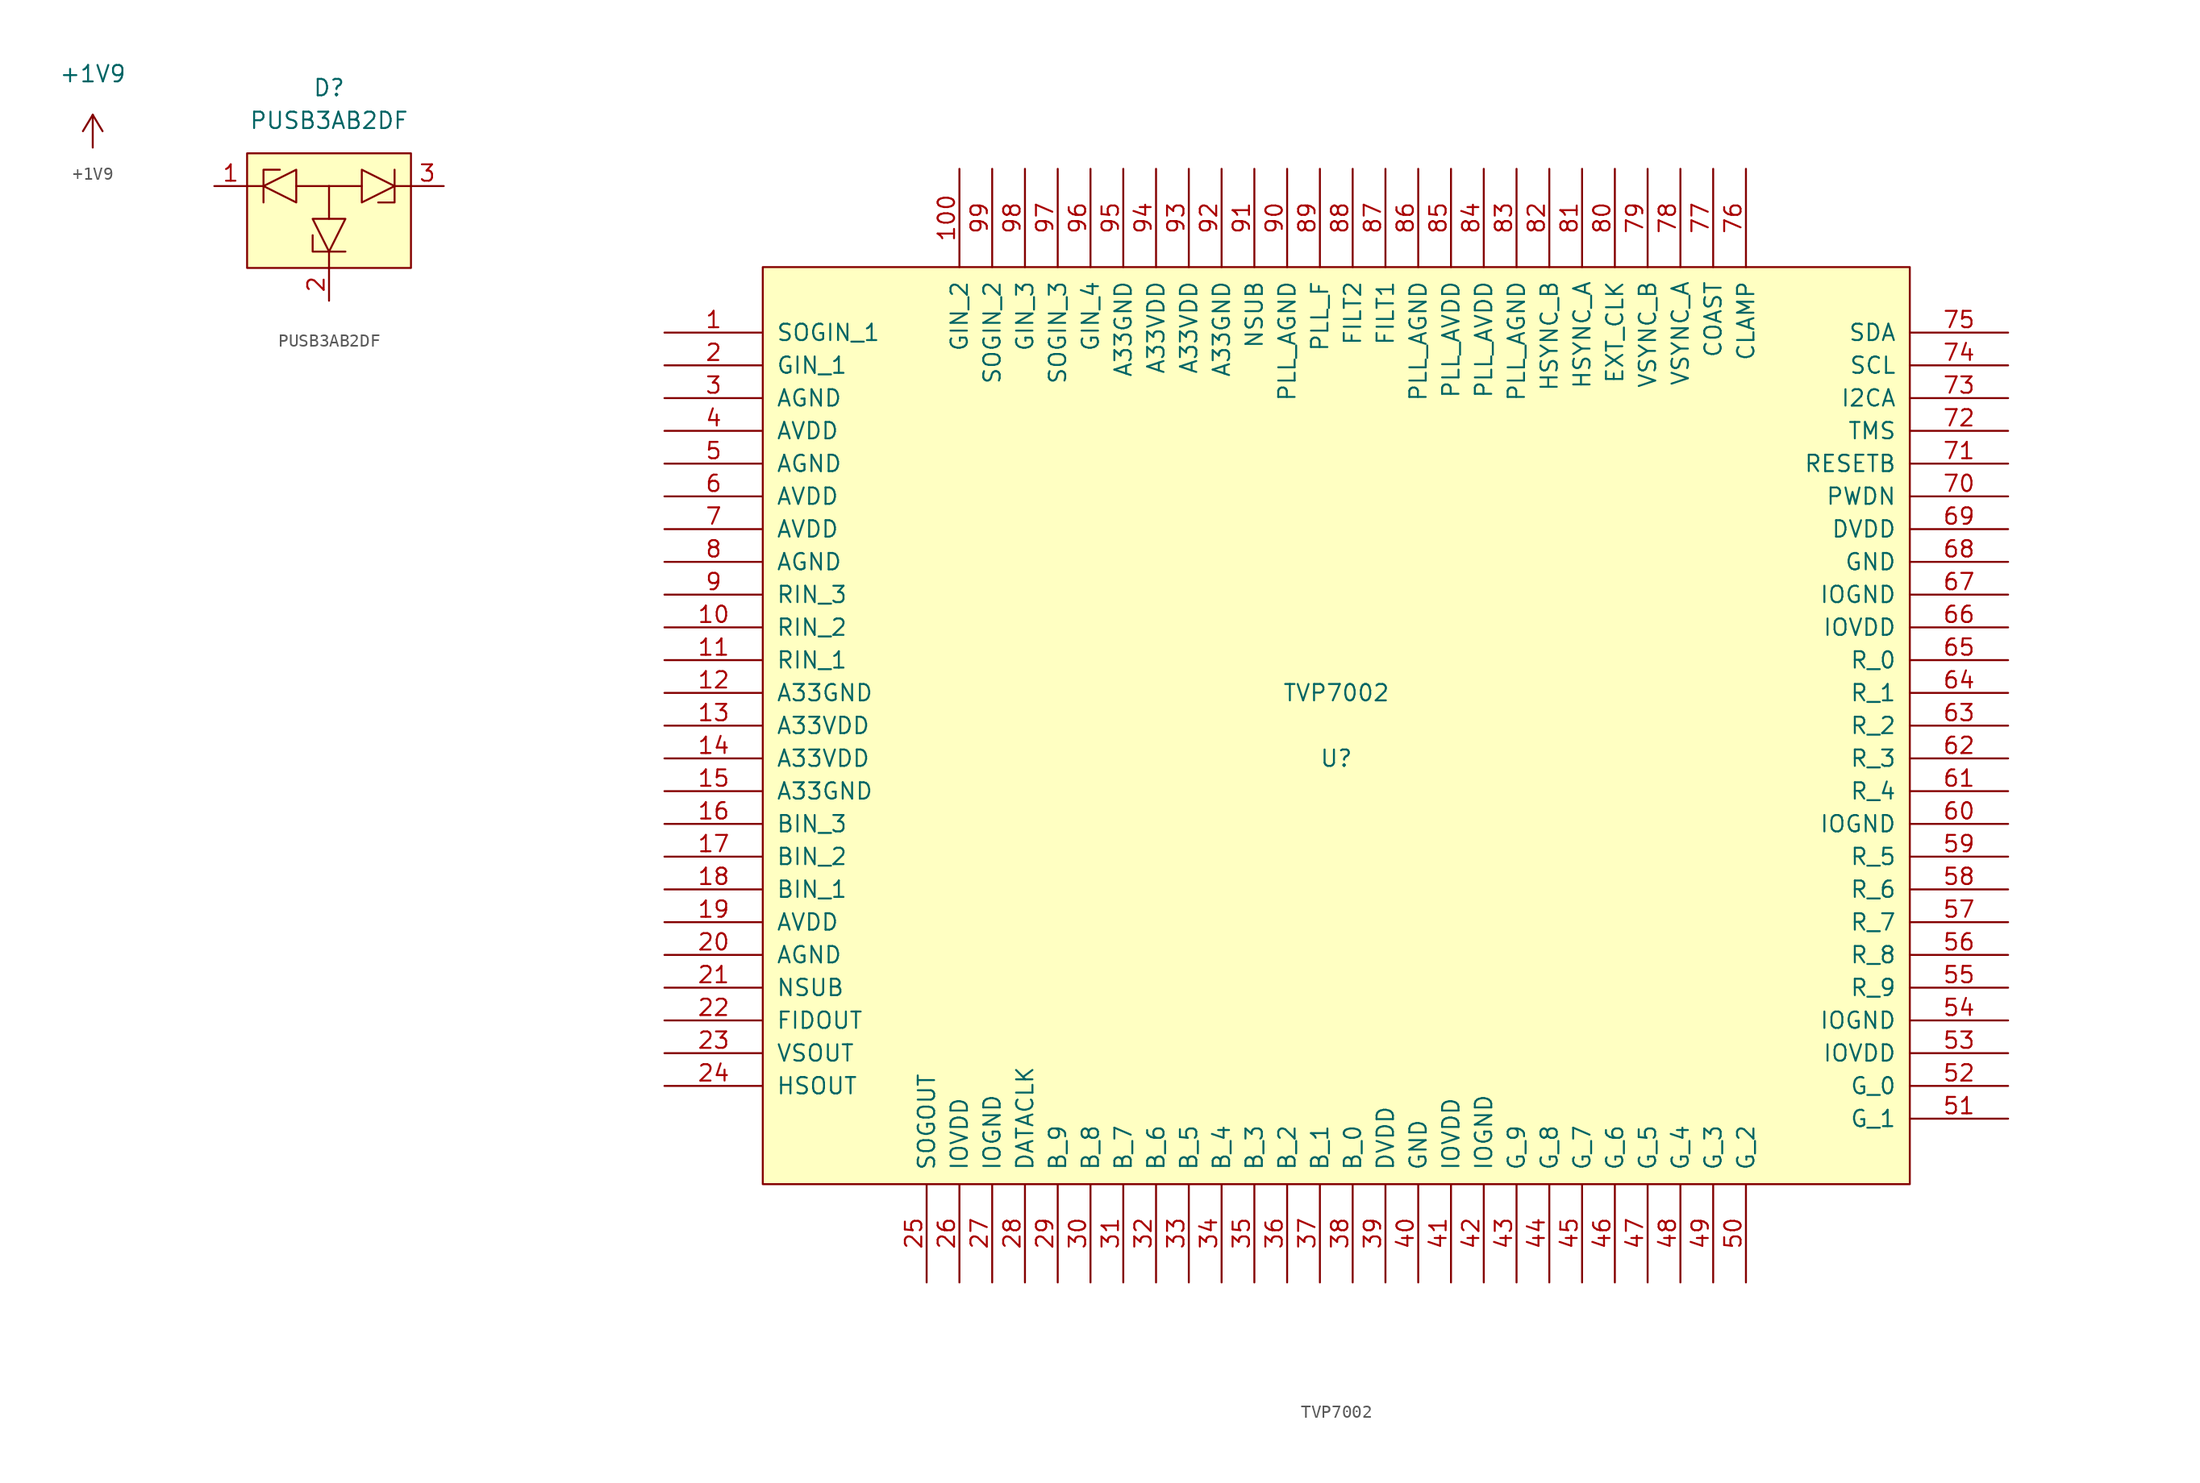
<source format=kicad_sym>
(kicad_symbol_lib
  (version 20211014)
  (generator kicad_symbol_editor)
  (symbol "+1V9"
    (power)
    (pin_names
      (offset 0))
    (property "Reference" "#PWR?"
      (at 0 -3.81 0)
      (effects (font (size 1.27 1.27)) hide))
    (property "Value" "+1V9"
      (at 0 5.715 0)
      (effects (font (size 1.27 1.27))))
    (symbol "+1V9_0_1"
      (polyline (pts (xy -0.762 1.27) (xy 0 2.54)) (stroke (width 0) (type default) (color 0 0 0 0)) (fill (type none)))
      (polyline (pts (xy 0 0) (xy 0 2.54)) (stroke (width 0) (type default) (color 0 0 0 0)) (fill (type none)))
      (polyline (pts (xy 0 2.54) (xy 0.762 1.27)) (stroke (width 0) (type default) (color 0 0 0 0)) (fill (type none))))
    (symbol "+1V9_1_1"
      (pin power_in line (at 0 0 90) (length 0) hide (name "+1V8" (effects (font (size 1.27 1.27)))) (number "1" (effects (font (size 1.27 1.27)))))))
  (symbol "PUSB3AB2DF"
    (pin_names hide)
    (property "Reference" "D"
      (at 0 10.16 0)
      (effects (font (size 1.27 1.27))))
    (property "Value" "PUSB3AB2DF"
      (at 0 7.62 0)
      (effects (font (size 1.27 1.27))))
    (symbol "PUSB3AB2DF_0_1"
      (rectangle (start -6.35 5.08) (end 6.35 -3.81) (stroke (width 0) (type default) (color 0 0 0 0)) (fill (type background)))
      (polyline (pts (xy -5.08 2.54) (xy -6.35 2.54)) (stroke (width 0) (type default) (color 0 0 0 0)) (fill (type none)))
      (polyline (pts (xy -2.54 2.54) (xy 0 2.54)) (stroke (width 0) (type default) (color 0 0 0 0)) (fill (type none)))
      (polyline (pts (xy 0 -2.54) (xy 0 -3.81)) (stroke (width 0) (type default) (color 0 0 0 0)) (fill (type none)))
      (polyline (pts (xy 0 0) (xy 0 2.54)) (stroke (width 0) (type default) (color 0 0 0 0)) (fill (type none)))
      (polyline (pts (xy 2.54 2.54) (xy 0 2.54)) (stroke (width 0) (type default) (color 0 0 0 0)) (fill (type none)))
      (polyline (pts (xy 5.08 2.54) (xy 6.35 2.54)) (stroke (width 0) (type default) (color 0 0 0 0)) (fill (type none)))
      (polyline (pts (xy -5.08 1.27) (xy -5.08 3.81) (xy -3.81 3.81)) (stroke (width 0) (type default) (color 0 0 0 0)) (fill (type none)))
      (polyline (pts (xy 1.27 -2.54) (xy -1.27 -2.54) (xy -1.27 -1.27)) (stroke (width 0) (type default) (color 0 0 0 0)) (fill (type none)))
      (polyline (pts (xy 5.08 3.81) (xy 5.08 1.27) (xy 3.81 1.27)) (stroke (width 0) (type default) (color 0 0 0 0)) (fill (type none)))
      (polyline (pts (xy -2.54 1.27) (xy -2.54 3.81) (xy -5.08 2.54) (xy -2.54 1.27)) (stroke (width 0) (type default) (color 0 0 0 0)) (fill (type none)))
      (polyline (pts (xy 1.27 0) (xy -1.27 0) (xy 0 -2.54) (xy 1.27 0)) (stroke (width 0) (type default) (color 0 0 0 0)) (fill (type none)))
      (polyline (pts (xy 2.54 3.81) (xy 2.54 1.27) (xy 5.08 2.54) (xy 2.54 3.81)) (stroke (width 0) (type default) (color 0 0 0 0)) (fill (type none))))
    (symbol "PUSB3AB2DF_1_1"
      (pin passive line (at -8.89 2.54 0) (length 2.54) (name "K1" (effects (font (size 1.27 1.27)))) (number "1" (effects (font (size 1.27 1.27)))))
      (pin passive line (at 0 -6.35 90) (length 2.54) (name "K2" (effects (font (size 1.27 1.27)))) (number "2" (effects (font (size 1.27 1.27)))))
      (pin passive line (at 8.89 2.54 180) (length 2.54) (name "K3" (effects (font (size 1.27 1.27)))) (number "3" (effects (font (size 1.27 1.27)))))))
  (symbol "TVP7002"
    (pin_names
      (offset 1.016))
    (property "Reference" "U"
      (at 0 -2.54 0)
      (effects (font (size 1.27 1.27))))
    (property "Value" "TVP7002"
      (at 0 2.54 0)
      (effects (font (size 1.27 1.27))))
    (symbol "TVP7002_1_0"
      (rectangle (start -44.45 -35.56) (end 44.45 35.56) (stroke (width 0) (type default) (color 0 0 0 0)) (fill (type background))))
    (symbol "TVP7002_1_1"
      (pin input line (at -52.07 30.48 0) (length 7.62) (name "SOGIN_1" (effects (font (size 1.27 1.27)))) (number "1" (effects (font (size 1.27 1.27)))))
      (pin input line (at -52.07 7.62 0) (length 7.62) (name "RIN_2" (effects (font (size 1.27 1.27)))) (number "10" (effects (font (size 1.27 1.27)))))
      (pin input line (at -29.21 43.18 270) (length 7.62) (name "GIN_2" (effects (font (size 1.27 1.27)))) (number "100" (effects (font (size 1.27 1.27)))))
      (pin input line (at -52.07 5.08 0) (length 7.62) (name "RIN_1" (effects (font (size 1.27 1.27)))) (number "11" (effects (font (size 1.27 1.27)))))
      (pin power_in line (at -52.07 2.54 0) (length 7.62) (name "A33GND" (effects (font (size 1.27 1.27)))) (number "12" (effects (font (size 1.27 1.27)))))
      (pin power_in line (at -52.07 0 0) (length 7.62) (name "A33VDD" (effects (font (size 1.27 1.27)))) (number "13" (effects (font (size 1.27 1.27)))))
      (pin power_in line (at -52.07 -2.54 0) (length 7.62) (name "A33VDD" (effects (font (size 1.27 1.27)))) (number "14" (effects (font (size 1.27 1.27)))))
      (pin power_in line (at -52.07 -5.08 0) (length 7.62) (name "A33GND" (effects (font (size 1.27 1.27)))) (number "15" (effects (font (size 1.27 1.27)))))
      (pin input line (at -52.07 -7.62 0) (length 7.62) (name "BIN_3" (effects (font (size 1.27 1.27)))) (number "16" (effects (font (size 1.27 1.27)))))
      (pin input line (at -52.07 -10.16 0) (length 7.62) (name "BIN_2" (effects (font (size 1.27 1.27)))) (number "17" (effects (font (size 1.27 1.27)))))
      (pin input line (at -52.07 -12.7 0) (length 7.62) (name "BIN_1" (effects (font (size 1.27 1.27)))) (number "18" (effects (font (size 1.27 1.27)))))
      (pin power_in line (at -52.07 -15.24 0) (length 7.62) (name "AVDD" (effects (font (size 1.27 1.27)))) (number "19" (effects (font (size 1.27 1.27)))))
      (pin input line (at -52.07 27.94 0) (length 7.62) (name "GIN_1" (effects (font (size 1.27 1.27)))) (number "2" (effects (font (size 1.27 1.27)))))
      (pin power_in line (at -52.07 -17.78 0) (length 7.62) (name "AGND" (effects (font (size 1.27 1.27)))) (number "20" (effects (font (size 1.27 1.27)))))
      (pin power_in line (at -52.07 -20.32 0) (length 7.62) (name "NSUB" (effects (font (size 1.27 1.27)))) (number "21" (effects (font (size 1.27 1.27)))))
      (pin output line (at -52.07 -22.86 0) (length 7.62) (name "FIDOUT" (effects (font (size 1.27 1.27)))) (number "22" (effects (font (size 1.27 1.27)))))
      (pin output line (at -52.07 -25.4 0) (length 7.62) (name "VSOUT" (effects (font (size 1.27 1.27)))) (number "23" (effects (font (size 1.27 1.27)))))
      (pin output line (at -52.07 -27.94 0) (length 7.62) (name "HSOUT" (effects (font (size 1.27 1.27)))) (number "24" (effects (font (size 1.27 1.27)))))
      (pin output line (at -31.75 -43.18 90) (length 7.62) (name "SOGOUT" (effects (font (size 1.27 1.27)))) (number "25" (effects (font (size 1.27 1.27)))))
      (pin power_in line (at -29.21 -43.18 90) (length 7.62) (name "IOVDD" (effects (font (size 1.27 1.27)))) (number "26" (effects (font (size 1.27 1.27)))))
      (pin power_in line (at -26.67 -43.18 90) (length 7.62) (name "IOGND" (effects (font (size 1.27 1.27)))) (number "27" (effects (font (size 1.27 1.27)))))
      (pin output line (at -24.13 -43.18 90) (length 7.62) (name "DATACLK" (effects (font (size 1.27 1.27)))) (number "28" (effects (font (size 1.27 1.27)))))
      (pin output line (at -21.59 -43.18 90) (length 7.62) (name "B_9" (effects (font (size 1.27 1.27)))) (number "29" (effects (font (size 1.27 1.27)))))
      (pin power_in line (at -52.07 25.4 0) (length 7.62) (name "AGND" (effects (font (size 1.27 1.27)))) (number "3" (effects (font (size 1.27 1.27)))))
      (pin output line (at -19.05 -43.18 90) (length 7.62) (name "B_8" (effects (font (size 1.27 1.27)))) (number "30" (effects (font (size 1.27 1.27)))))
      (pin output line (at -16.51 -43.18 90) (length 7.62) (name "B_7" (effects (font (size 1.27 1.27)))) (number "31" (effects (font (size 1.27 1.27)))))
      (pin output line (at -13.97 -43.18 90) (length 7.62) (name "B_6" (effects (font (size 1.27 1.27)))) (number "32" (effects (font (size 1.27 1.27)))))
      (pin output line (at -11.43 -43.18 90) (length 7.62) (name "B_5" (effects (font (size 1.27 1.27)))) (number "33" (effects (font (size 1.27 1.27)))))
      (pin output line (at -8.89 -43.18 90) (length 7.62) (name "B_4" (effects (font (size 1.27 1.27)))) (number "34" (effects (font (size 1.27 1.27)))))
      (pin output line (at -6.35 -43.18 90) (length 7.62) (name "B_3" (effects (font (size 1.27 1.27)))) (number "35" (effects (font (size 1.27 1.27)))))
      (pin output line (at -3.81 -43.18 90) (length 7.62) (name "B_2" (effects (font (size 1.27 1.27)))) (number "36" (effects (font (size 1.27 1.27)))))
      (pin output line (at -1.27 -43.18 90) (length 7.62) (name "B_1" (effects (font (size 1.27 1.27)))) (number "37" (effects (font (size 1.27 1.27)))))
      (pin output line (at 1.27 -43.18 90) (length 7.62) (name "B_0" (effects (font (size 1.27 1.27)))) (number "38" (effects (font (size 1.27 1.27)))))
      (pin power_in line (at 3.81 -43.18 90) (length 7.62) (name "DVDD" (effects (font (size 1.27 1.27)))) (number "39" (effects (font (size 1.27 1.27)))))
      (pin power_in line (at -52.07 22.86 0) (length 7.62) (name "AVDD" (effects (font (size 1.27 1.27)))) (number "4" (effects (font (size 1.27 1.27)))))
      (pin power_in line (at 6.35 -43.18 90) (length 7.62) (name "GND" (effects (font (size 1.27 1.27)))) (number "40" (effects (font (size 1.27 1.27)))))
      (pin power_in line (at 8.89 -43.18 90) (length 7.62) (name "IOVDD" (effects (font (size 1.27 1.27)))) (number "41" (effects (font (size 1.27 1.27)))))
      (pin power_in line (at 11.43 -43.18 90) (length 7.62) (name "IOGND" (effects (font (size 1.27 1.27)))) (number "42" (effects (font (size 1.27 1.27)))))
      (pin output line (at 13.97 -43.18 90) (length 7.62) (name "G_9" (effects (font (size 1.27 1.27)))) (number "43" (effects (font (size 1.27 1.27)))))
      (pin output line (at 16.51 -43.18 90) (length 7.62) (name "G_8" (effects (font (size 1.27 1.27)))) (number "44" (effects (font (size 1.27 1.27)))))
      (pin output line (at 19.05 -43.18 90) (length 7.62) (name "G_7" (effects (font (size 1.27 1.27)))) (number "45" (effects (font (size 1.27 1.27)))))
      (pin output line (at 21.59 -43.18 90) (length 7.62) (name "G_6" (effects (font (size 1.27 1.27)))) (number "46" (effects (font (size 1.27 1.27)))))
      (pin output line (at 24.13 -43.18 90) (length 7.62) (name "G_5" (effects (font (size 1.27 1.27)))) (number "47" (effects (font (size 1.27 1.27)))))
      (pin output line (at 26.67 -43.18 90) (length 7.62) (name "G_4" (effects (font (size 1.27 1.27)))) (number "48" (effects (font (size 1.27 1.27)))))
      (pin output line (at 29.21 -43.18 90) (length 7.62) (name "G_3" (effects (font (size 1.27 1.27)))) (number "49" (effects (font (size 1.27 1.27)))))
      (pin power_in line (at -52.07 20.32 0) (length 7.62) (name "AGND" (effects (font (size 1.27 1.27)))) (number "5" (effects (font (size 1.27 1.27)))))
      (pin output line (at 31.75 -43.18 90) (length 7.62) (name "G_2" (effects (font (size 1.27 1.27)))) (number "50" (effects (font (size 1.27 1.27)))))
      (pin output line (at 52.07 -30.48 180) (length 7.62) (name "G_1" (effects (font (size 1.27 1.27)))) (number "51" (effects (font (size 1.27 1.27)))))
      (pin output line (at 52.07 -27.94 180) (length 7.62) (name "G_0" (effects (font (size 1.27 1.27)))) (number "52" (effects (font (size 1.27 1.27)))))
      (pin power_in line (at 52.07 -25.4 180) (length 7.62) (name "IOVDD" (effects (font (size 1.27 1.27)))) (number "53" (effects (font (size 1.27 1.27)))))
      (pin power_in line (at 52.07 -22.86 180) (length 7.62) (name "IOGND" (effects (font (size 1.27 1.27)))) (number "54" (effects (font (size 1.27 1.27)))))
      (pin output line (at 52.07 -20.32 180) (length 7.62) (name "R_9" (effects (font (size 1.27 1.27)))) (number "55" (effects (font (size 1.27 1.27)))))
      (pin output line (at 52.07 -17.78 180) (length 7.62) (name "R_8" (effects (font (size 1.27 1.27)))) (number "56" (effects (font (size 1.27 1.27)))))
      (pin output line (at 52.07 -15.24 180) (length 7.62) (name "R_7" (effects (font (size 1.27 1.27)))) (number "57" (effects (font (size 1.27 1.27)))))
      (pin output line (at 52.07 -12.7 180) (length 7.62) (name "R_6" (effects (font (size 1.27 1.27)))) (number "58" (effects (font (size 1.27 1.27)))))
      (pin output line (at 52.07 -10.16 180) (length 7.62) (name "R_5" (effects (font (size 1.27 1.27)))) (number "59" (effects (font (size 1.27 1.27)))))
      (pin power_in line (at -52.07 17.78 0) (length 7.62) (name "AVDD" (effects (font (size 1.27 1.27)))) (number "6" (effects (font (size 1.27 1.27)))))
      (pin power_in line (at 52.07 -7.62 180) (length 7.62) (name "IOGND" (effects (font (size 1.27 1.27)))) (number "60" (effects (font (size 1.27 1.27)))))
      (pin output line (at 52.07 -5.08 180) (length 7.62) (name "R_4" (effects (font (size 1.27 1.27)))) (number "61" (effects (font (size 1.27 1.27)))))
      (pin output line (at 52.07 -2.54 180) (length 7.62) (name "R_3" (effects (font (size 1.27 1.27)))) (number "62" (effects (font (size 1.27 1.27)))))
      (pin output line (at 52.07 0 180) (length 7.62) (name "R_2" (effects (font (size 1.27 1.27)))) (number "63" (effects (font (size 1.27 1.27)))))
      (pin output line (at 52.07 2.54 180) (length 7.62) (name "R_1" (effects (font (size 1.27 1.27)))) (number "64" (effects (font (size 1.27 1.27)))))
      (pin output line (at 52.07 5.08 180) (length 7.62) (name "R_0" (effects (font (size 1.27 1.27)))) (number "65" (effects (font (size 1.27 1.27)))))
      (pin power_in line (at 52.07 7.62 180) (length 7.62) (name "IOVDD" (effects (font (size 1.27 1.27)))) (number "66" (effects (font (size 1.27 1.27)))))
      (pin power_in line (at 52.07 10.16 180) (length 7.62) (name "IOGND" (effects (font (size 1.27 1.27)))) (number "67" (effects (font (size 1.27 1.27)))))
      (pin power_in line (at 52.07 12.7 180) (length 7.62) (name "GND" (effects (font (size 1.27 1.27)))) (number "68" (effects (font (size 1.27 1.27)))))
      (pin power_in line (at 52.07 15.24 180) (length 7.62) (name "DVDD" (effects (font (size 1.27 1.27)))) (number "69" (effects (font (size 1.27 1.27)))))
      (pin power_in line (at -52.07 15.24 0) (length 7.62) (name "AVDD" (effects (font (size 1.27 1.27)))) (number "7" (effects (font (size 1.27 1.27)))))
      (pin input line (at 52.07 17.78 180) (length 7.62) (name "PWDN" (effects (font (size 1.27 1.27)))) (number "70" (effects (font (size 1.27 1.27)))))
      (pin input line (at 52.07 20.32 180) (length 7.62) (name "RESETB" (effects (font (size 1.27 1.27)))) (number "71" (effects (font (size 1.27 1.27)))))
      (pin input line (at 52.07 22.86 180) (length 7.62) (name "TMS" (effects (font (size 1.27 1.27)))) (number "72" (effects (font (size 1.27 1.27)))))
      (pin passive line (at 52.07 25.4 180) (length 7.62) (name "I2CA" (effects (font (size 1.27 1.27)))) (number "73" (effects (font (size 1.27 1.27)))))
      (pin tri_state line (at 52.07 27.94 180) (length 7.62) (name "SCL" (effects (font (size 1.27 1.27)))) (number "74" (effects (font (size 1.27 1.27)))))
      (pin tri_state line (at 52.07 30.48 180) (length 7.62) (name "SDA" (effects (font (size 1.27 1.27)))) (number "75" (effects (font (size 1.27 1.27)))))
      (pin input line (at 31.75 43.18 270) (length 7.62) (name "CLAMP" (effects (font (size 1.27 1.27)))) (number "76" (effects (font (size 1.27 1.27)))))
      (pin input line (at 29.21 43.18 270) (length 7.62) (name "COAST" (effects (font (size 1.27 1.27)))) (number "77" (effects (font (size 1.27 1.27)))))
      (pin input line (at 26.67 43.18 270) (length 7.62) (name "VSYNC_A" (effects (font (size 1.27 1.27)))) (number "78" (effects (font (size 1.27 1.27)))))
      (pin input line (at 24.13 43.18 270) (length 7.62) (name "VSYNC_B" (effects (font (size 1.27 1.27)))) (number "79" (effects (font (size 1.27 1.27)))))
      (pin power_in line (at -52.07 12.7 0) (length 7.62) (name "AGND" (effects (font (size 1.27 1.27)))) (number "8" (effects (font (size 1.27 1.27)))))
      (pin input line (at 21.59 43.18 270) (length 7.62) (name "EXT_CLK" (effects (font (size 1.27 1.27)))) (number "80" (effects (font (size 1.27 1.27)))))
      (pin input line (at 19.05 43.18 270) (length 7.62) (name "HSYNC_A" (effects (font (size 1.27 1.27)))) (number "81" (effects (font (size 1.27 1.27)))))
      (pin input line (at 16.51 43.18 270) (length 7.62) (name "HSYNC_B" (effects (font (size 1.27 1.27)))) (number "82" (effects (font (size 1.27 1.27)))))
      (pin power_in line (at 13.97 43.18 270) (length 7.62) (name "PLL_AGND" (effects (font (size 1.27 1.27)))) (number "83" (effects (font (size 1.27 1.27)))))
      (pin power_in line (at 11.43 43.18 270) (length 7.62) (name "PLL_AVDD" (effects (font (size 1.27 1.27)))) (number "84" (effects (font (size 1.27 1.27)))))
      (pin power_in line (at 8.89 43.18 270) (length 7.62) (name "PLL_AVDD" (effects (font (size 1.27 1.27)))) (number "85" (effects (font (size 1.27 1.27)))))
      (pin power_in line (at 6.35 43.18 270) (length 7.62) (name "PLL_AGND" (effects (font (size 1.27 1.27)))) (number "86" (effects (font (size 1.27 1.27)))))
      (pin passive line (at 3.81 43.18 270) (length 7.62) (name "FILT1" (effects (font (size 1.27 1.27)))) (number "87" (effects (font (size 1.27 1.27)))))
      (pin passive line (at 1.27 43.18 270) (length 7.62) (name "FILT2" (effects (font (size 1.27 1.27)))) (number "88" (effects (font (size 1.27 1.27)))))
      (pin passive line (at -1.27 43.18 270) (length 7.62) (name "PLL_F" (effects (font (size 1.27 1.27)))) (number "89" (effects (font (size 1.27 1.27)))))
      (pin input line (at -52.07 10.16 0) (length 7.62) (name "RIN_3" (effects (font (size 1.27 1.27)))) (number "9" (effects (font (size 1.27 1.27)))))
      (pin power_in line (at -3.81 43.18 270) (length 7.62) (name "PLL_AGND" (effects (font (size 1.27 1.27)))) (number "90" (effects (font (size 1.27 1.27)))))
      (pin power_in line (at -6.35 43.18 270) (length 7.62) (name "NSUB" (effects (font (size 1.27 1.27)))) (number "91" (effects (font (size 1.27 1.27)))))
      (pin power_in line (at -8.89 43.18 270) (length 7.62) (name "A33GND" (effects (font (size 1.27 1.27)))) (number "92" (effects (font (size 1.27 1.27)))))
      (pin power_in line (at -11.43 43.18 270) (length 7.62) (name "A33VDD" (effects (font (size 1.27 1.27)))) (number "93" (effects (font (size 1.27 1.27)))))
      (pin power_in line (at -13.97 43.18 270) (length 7.62) (name "A33VDD" (effects (font (size 1.27 1.27)))) (number "94" (effects (font (size 1.27 1.27)))))
      (pin power_in line (at -16.51 43.18 270) (length 7.62) (name "A33GND" (effects (font (size 1.27 1.27)))) (number "95" (effects (font (size 1.27 1.27)))))
      (pin input line (at -19.05 43.18 270) (length 7.62) (name "GIN_4" (effects (font (size 1.27 1.27)))) (number "96" (effects (font (size 1.27 1.27)))))
      (pin input line (at -21.59 43.18 270) (length 7.62) (name "SOGIN_3" (effects (font (size 1.27 1.27)))) (number "97" (effects (font (size 1.27 1.27)))))
      (pin input line (at -24.13 43.18 270) (length 7.62) (name "GIN_3" (effects (font (size 1.27 1.27)))) (number "98" (effects (font (size 1.27 1.27)))))
      (pin input line (at -26.67 43.18 270) (length 7.62) (name "SOGIN_2" (effects (font (size 1.27 1.27)))) (number "99" (effects (font (size 1.27 1.27))))))))
</source>
